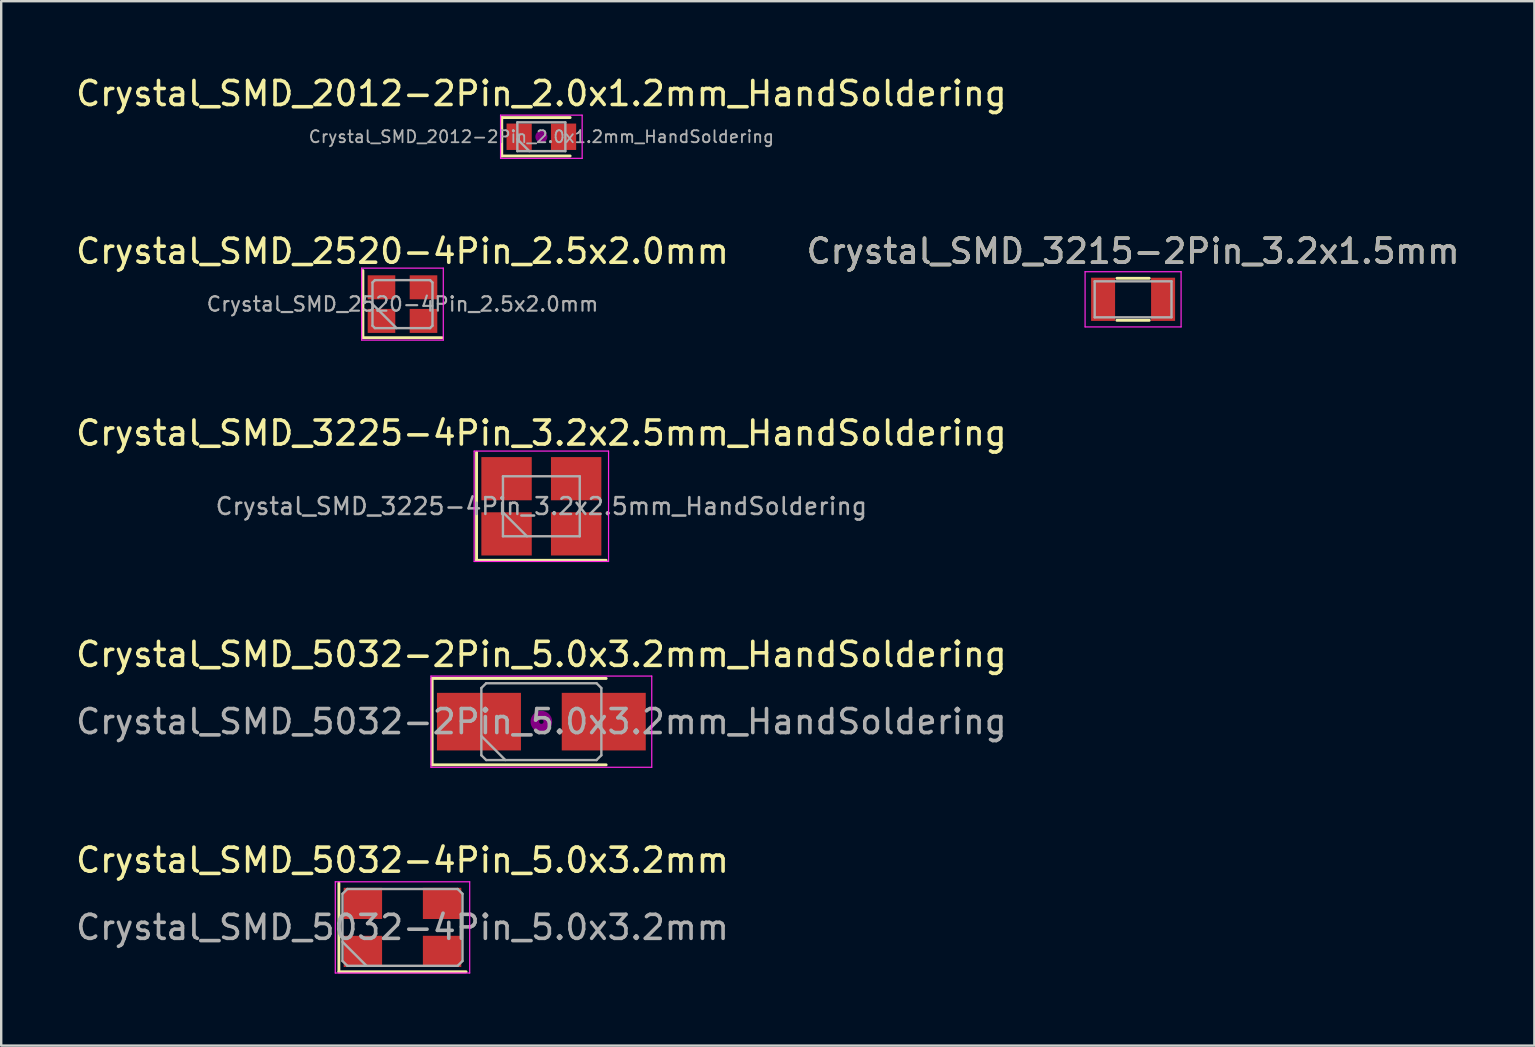
<source format=kicad_pcb>
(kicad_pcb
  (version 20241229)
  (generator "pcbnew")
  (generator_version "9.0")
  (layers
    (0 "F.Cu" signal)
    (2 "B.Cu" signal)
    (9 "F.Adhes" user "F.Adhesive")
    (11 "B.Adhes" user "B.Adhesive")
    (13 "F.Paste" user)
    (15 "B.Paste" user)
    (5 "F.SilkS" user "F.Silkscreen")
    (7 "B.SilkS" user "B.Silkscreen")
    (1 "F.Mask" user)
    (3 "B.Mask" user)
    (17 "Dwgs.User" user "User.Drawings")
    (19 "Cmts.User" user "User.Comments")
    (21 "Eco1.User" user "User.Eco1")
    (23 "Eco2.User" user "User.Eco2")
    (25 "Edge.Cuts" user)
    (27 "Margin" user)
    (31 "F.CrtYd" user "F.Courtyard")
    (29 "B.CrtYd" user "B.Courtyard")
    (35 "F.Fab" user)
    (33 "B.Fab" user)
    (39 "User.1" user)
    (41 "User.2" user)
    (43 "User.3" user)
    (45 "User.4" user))
  (footprint "Crystal_SMD_3225-4Pin_3.2x2.5mm_HandSoldering"
    (layer "F.Cu")
    (at 19.506 18.045)
    (property "Reference" "Crystal_SMD_3225-4Pin_3.2x2.5mm_HandSoldering" (at 0 -3.05 0) (layer "F.SilkS") (effects (font (size 1 1) (thickness 0.15))))
    (attr smd)
    (fp_line (start -2.7 -2.25) (end -2.7 2.25) (stroke (width 0.12) (type solid)) (layer "F.SilkS"))
    (fp_line (start -2.7 2.25) (end 2.7 2.25) (stroke (width 0.12) (type solid)) (layer "F.SilkS"))
    (fp_line (start -2.8 -2.3) (end -2.8 2.3) (stroke (width 0.05) (type solid)) (layer "F.CrtYd"))
    (fp_line (start -2.8 2.3) (end 2.8 2.3) (stroke (width 0.05) (type solid)) (layer "F.CrtYd"))
    (fp_line (start 2.8 -2.3) (end -2.8 -2.3) (stroke (width 0.05) (type solid)) (layer "F.CrtYd"))
    (fp_line (start 2.8 2.3) (end 2.8 -2.3) (stroke (width 0.05) (type solid)) (layer "F.CrtYd"))
    (fp_line (start -1.6 -1.25) (end -1.6 1.25) (stroke (width 0.1) (type solid)) (layer "F.Fab"))
    (fp_line (start -1.6 0.25) (end -0.6 1.25) (stroke (width 0.1) (type solid)) (layer "F.Fab"))
    (fp_line (start -1.6 1.25) (end 1.6 1.25) (stroke (width 0.1) (type solid)) (layer "F.Fab"))
    (fp_line (start 1.6 -1.25) (end -1.6 -1.25) (stroke (width 0.1) (type solid)) (layer "F.Fab"))
    (fp_line (start 1.6 1.25) (end 1.6 -1.25) (stroke (width 0.1) (type solid)) (layer "F.Fab"))
    (fp_text user "${REFERENCE}" (at 0 0 0) (layer "F.Fab") (effects (font (size 0.7 0.7) (thickness 0.105))))
    (pad "1" smd rect (at -1.45 1.15) (size 2.1 1.8) (layers "F.Cu" "F.Mask" "F.Paste"))
    (pad "2" smd rect (at 1.45 1.15) (size 2.1 1.8) (layers "F.Cu" "F.Mask" "F.Paste"))
    (pad "3" smd rect (at 1.45 -1.15) (size 2.1 1.8) (layers "F.Cu" "F.Mask" "F.Paste"))
    (pad "4" smd rect (at -1.45 -1.15) (size 2.1 1.8) (layers "F.Cu" "F.Mask" "F.Paste")))
  (footprint "Crystal_SMD_2520-4Pin_2.5x2.0mm"
    (layer "F.Cu")
    (at 13.72 9.621)
    (property "Reference" "Crystal_SMD_2520-4Pin_2.5x2.0mm" (at 0 -2.2 0) (layer "F.SilkS") (effects (font (size 1 1) (thickness 0.15))))
    (attr smd)
    (fp_line (start -1.65 -1.4) (end -1.65 1.4) (stroke (width 0.12) (type solid)) (layer "F.SilkS"))
    (fp_line (start -1.65 1.4) (end 1.65 1.4) (stroke (width 0.12) (type solid)) (layer "F.SilkS"))
    (fp_line (start -1.7 -1.5) (end -1.7 1.5) (stroke (width 0.05) (type solid)) (layer "F.CrtYd"))
    (fp_line (start -1.7 1.5) (end 1.7 1.5) (stroke (width 0.05) (type solid)) (layer "F.CrtYd"))
    (fp_line (start 1.7 -1.5) (end -1.7 -1.5) (stroke (width 0.05) (type solid)) (layer "F.CrtYd"))
    (fp_line (start 1.7 1.5) (end 1.7 -1.5) (stroke (width 0.05) (type solid)) (layer "F.CrtYd"))
    (fp_line (start -1.25 -0.9) (end -1.15 -1) (stroke (width 0.1) (type solid)) (layer "F.Fab"))
    (fp_line (start -1.25 0) (end -0.25 1) (stroke (width 0.1) (type solid)) (layer "F.Fab"))
    (fp_line (start -1.25 0.9) (end -1.25 -0.9) (stroke (width 0.1) (type solid)) (layer "F.Fab"))
    (fp_line (start -1.15 -1) (end 1.15 -1) (stroke (width 0.1) (type solid)) (layer "F.Fab"))
    (fp_line (start -1.15 1) (end -1.25 0.9) (stroke (width 0.1) (type solid)) (layer "F.Fab"))
    (fp_line (start 1.15 -1) (end 1.25 -0.9) (stroke (width 0.1) (type solid)) (layer "F.Fab"))
    (fp_line (start 1.15 1) (end -1.15 1) (stroke (width 0.1) (type solid)) (layer "F.Fab"))
    (fp_line (start 1.25 -0.9) (end 1.25 0.9) (stroke (width 0.1) (type solid)) (layer "F.Fab"))
    (fp_line (start 1.25 0.9) (end 1.15 1) (stroke (width 0.1) (type solid)) (layer "F.Fab"))
    (fp_text user "${REFERENCE}" (at 0 0 0) (layer "F.Fab") (effects (font (size 0.6 0.6) (thickness 0.09))))
    (pad "1" smd rect (at -0.875 0.7) (size 1.15 1) (layers "F.Cu" "F.Mask" "F.Paste"))
    (pad "2" smd rect (at 0.875 0.7) (size 1.15 1) (layers "F.Cu" "F.Mask" "F.Paste"))
    (pad "3" smd rect (at 0.875 -0.7) (size 1.15 1) (layers "F.Cu" "F.Mask" "F.Paste"))
    (pad "4" smd rect (at -0.875 -0.7) (size 1.15 1) (layers "F.Cu" "F.Mask" "F.Paste")))
  (footprint "Crystal_SMD_3215-2Pin_3.2x1.5mm"
    (layer "F.Cu")
    (at 44.161 9.421)
    (property "Reference" "Crystal_SMD_3215-2Pin_3.2x1.5mm" (at 0 -2 0) (layer "F.SilkS") (effects (font (size 1 1) (thickness 0.15))))
    (attr smd)
    (fp_line (start -0.675 -0.875) (end 0.675 -0.875) (stroke (width 0.12) (type solid)) (layer "F.SilkS"))
    (fp_line (start -0.675 0.875) (end 0.675 0.875) (stroke (width 0.12) (type solid)) (layer "F.SilkS"))
    (fp_line (start -2 -1.15) (end -2 1.15) (stroke (width 0.05) (type solid)) (layer "F.CrtYd"))
    (fp_line (start -2 -1.15) (end 2 -1.15) (stroke (width 0.05) (type solid)) (layer "F.CrtYd"))
    (fp_line (start -2 1.15) (end 2 1.15) (stroke (width 0.05) (type solid)) (layer "F.CrtYd"))
    (fp_line (start 2 -1.15) (end 2 1.15) (stroke (width 0.05) (type solid)) (layer "F.CrtYd"))
    (fp_line (start -1.6 -0.75) (end -1.6 0.75) (stroke (width 0.1) (type solid)) (layer "F.Fab"))
    (fp_line (start -1.6 -0.75) (end 1.6 -0.75) (stroke (width 0.1) (type solid)) (layer "F.Fab"))
    (fp_line (start -1.6 0.75) (end 1.6 0.75) (stroke (width 0.1) (type solid)) (layer "F.Fab"))
    (fp_line (start 1.6 -0.75) (end 1.6 0.75) (stroke (width 0.1) (type solid)) (layer "F.Fab"))
    (fp_text user "${REFERENCE}" (at 0 -2 0) (layer "F.Fab") (effects (font (size 1 1) (thickness 0.15))))
    (pad "1" smd rect (at 1.25 0) (size 1 1.8) (layers "F.Cu" "F.Mask" "F.Paste"))
    (pad "2" smd rect (at -1.25 0) (size 1 1.8) (layers "F.Cu" "F.Mask" "F.Paste")))
  (footprint "Crystal_SMD_2012-2Pin_2.0x1.2mm_HandSoldering"
    (layer "F.Cu")
    (at 19.506 2.648)
    (property "Reference" "Crystal_SMD_2012-2Pin_2.0x1.2mm_HandSoldering" (at 0 -1.8 0) (layer "F.SilkS") (effects (font (size 1 1) (thickness 0.15))))
    (attr smd)
    (fp_line (start -1.65 -0.8) (end -1.65 0.8) (stroke (width 0.12) (type solid)) (layer "F.SilkS"))
    (fp_line (start -1.65 0.8) (end 1.2 0.8) (stroke (width 0.12) (type solid)) (layer "F.SilkS"))
    (fp_line (start 1.2 -0.8) (end -1.65 -0.8) (stroke (width 0.12) (type solid)) (layer "F.SilkS"))
    (fp_circle (center 0 0) (end 0.047 0) (stroke (width 0.093) (type solid)) (fill no) (layer "F.Adhes"))
    (fp_circle (center 0 0) (end 0.107 0) (stroke (width 0.067) (type solid)) (fill no) (layer "F.Adhes"))
    (fp_circle (center 0 0) (end 0.167 0) (stroke (width 0.067) (type solid)) (fill no) (layer "F.Adhes"))
    (fp_circle (center 0 0) (end 0.2 0) (stroke (width 0.1) (type solid)) (fill no) (layer "F.Adhes"))
    (fp_line (start -1.7 -0.9) (end -1.7 0.9) (stroke (width 0.05) (type solid)) (layer "F.CrtYd"))
    (fp_line (start -1.7 0.9) (end 1.7 0.9) (stroke (width 0.05) (type solid)) (layer "F.CrtYd"))
    (fp_line (start 1.7 -0.9) (end -1.7 -0.9) (stroke (width 0.05) (type solid)) (layer "F.CrtYd"))
    (fp_line (start 1.7 0.9) (end 1.7 -0.9) (stroke (width 0.05) (type solid)) (layer "F.CrtYd"))
    (fp_line (start -1 -0.6) (end -1 0.6) (stroke (width 0.1) (type solid)) (layer "F.Fab"))
    (fp_line (start -1 0.1) (end -0.5 0.6) (stroke (width 0.1) (type solid)) (layer "F.Fab"))
    (fp_line (start -1 0.6) (end 1 0.6) (stroke (width 0.1) (type solid)) (layer "F.Fab"))
    (fp_line (start 1 -0.6) (end -1 -0.6) (stroke (width 0.1) (type solid)) (layer "F.Fab"))
    (fp_line (start 1 0.6) (end 1 -0.6) (stroke (width 0.1) (type solid)) (layer "F.Fab"))
    (fp_text user "${REFERENCE}" (at 0 0 0) (layer "F.Fab") (effects (font (size 0.5 0.5) (thickness 0.075))))
    (pad "1" smd rect (at -0.925 0) (size 1.05 1.1) (layers "F.Cu" "F.Mask" "F.Paste"))
    (pad "2" smd rect (at 0.925 0) (size 1.05 1.1) (layers "F.Cu" "F.Mask" "F.Paste")))
  (footprint "Crystal_SMD_5032-4Pin_5.0x3.2mm"
    (layer "F.Cu")
    (at 13.72 35.591)
    (property "Reference" "Crystal_SMD_5032-4Pin_5.0x3.2mm" (at 0 -2.8 0) (layer "F.SilkS") (effects (font (size 1 1) (thickness 0.15))))
    (attr smd)
    (fp_line (start -2.65 -1.85) (end -2.65 1.85) (stroke (width 0.12) (type solid)) (layer "F.SilkS"))
    (fp_line (start -2.65 1.85) (end 2.65 1.85) (stroke (width 0.12) (type solid)) (layer "F.SilkS"))
    (fp_line (start -2.8 -1.9) (end -2.8 1.9) (stroke (width 0.05) (type solid)) (layer "F.CrtYd"))
    (fp_line (start -2.8 1.9) (end 2.8 1.9) (stroke (width 0.05) (type solid)) (layer "F.CrtYd"))
    (fp_line (start 2.8 -1.9) (end -2.8 -1.9) (stroke (width 0.05) (type solid)) (layer "F.CrtYd"))
    (fp_line (start 2.8 1.9) (end 2.8 -1.9) (stroke (width 0.05) (type solid)) (layer "F.CrtYd"))
    (fp_line (start -2.5 -1.4) (end -2.3 -1.6) (stroke (width 0.1) (type solid)) (layer "F.Fab"))
    (fp_line (start -2.5 0.6) (end -1.5 1.6) (stroke (width 0.1) (type solid)) (layer "F.Fab"))
    (fp_line (start -2.5 1.4) (end -2.5 -1.4) (stroke (width 0.1) (type solid)) (layer "F.Fab"))
    (fp_line (start -2.3 -1.6) (end 2.3 -1.6) (stroke (width 0.1) (type solid)) (layer "F.Fab"))
    (fp_line (start -2.3 1.6) (end -2.5 1.4) (stroke (width 0.1) (type solid)) (layer "F.Fab"))
    (fp_line (start 2.3 -1.6) (end 2.5 -1.4) (stroke (width 0.1) (type solid)) (layer "F.Fab"))
    (fp_line (start 2.3 1.6) (end -2.3 1.6) (stroke (width 0.1) (type solid)) (layer "F.Fab"))
    (fp_line (start 2.5 -1.4) (end 2.5 1.4) (stroke (width 0.1) (type solid)) (layer "F.Fab"))
    (fp_line (start 2.5 1.4) (end 2.3 1.6) (stroke (width 0.1) (type solid)) (layer "F.Fab"))
    (fp_text user "${REFERENCE}" (at 0 0 0) (layer "F.Fab") (effects (font (size 1 1) (thickness 0.15))))
    (pad "1" smd rect (at -1.65 1) (size 1.6 1.3) (layers "F.Cu" "F.Mask" "F.Paste"))
    (pad "2" smd rect (at 1.65 1) (size 1.6 1.3) (layers "F.Cu" "F.Mask" "F.Paste"))
    (pad "3" smd rect (at 1.65 -1) (size 1.6 1.3) (layers "F.Cu" "F.Mask" "F.Paste"))
    (pad "4" smd rect (at -1.65 -1) (size 1.6 1.3) (layers "F.Cu" "F.Mask" "F.Paste")))
  (footprint "Crystal_SMD_5032-2Pin_5.0x3.2mm_HandSoldering"
    (layer "F.Cu")
    (at 19.506 27.018)
    (property "Reference" "Crystal_SMD_5032-2Pin_5.0x3.2mm_HandSoldering" (at 0 -2.8 0) (layer "F.SilkS") (effects (font (size 1 1) (thickness 0.15))))
    (attr smd)
    (fp_line (start -4.55 -1.8) (end -4.55 1.8) (stroke (width 0.12) (type solid)) (layer "F.SilkS"))
    (fp_line (start -4.55 1.8) (end 2.7 1.8) (stroke (width 0.12) (type solid)) (layer "F.SilkS"))
    (fp_line (start 2.7 -1.8) (end -4.55 -1.8) (stroke (width 0.12) (type solid)) (layer "F.SilkS"))
    (fp_circle (center 0 0) (end 0.093 0) (stroke (width 0.187) (type solid)) (fill no) (layer "F.Adhes"))
    (fp_circle (center 0 0) (end 0.213 0) (stroke (width 0.133) (type solid)) (fill no) (layer "F.Adhes"))
    (fp_circle (center 0 0) (end 0.333 0) (stroke (width 0.133) (type solid)) (fill no) (layer "F.Adhes"))
    (fp_circle (center 0 0) (end 0.4 0) (stroke (width 0.1) (type solid)) (fill no) (layer "F.Adhes"))
    (fp_line (start -4.6 -1.9) (end -4.6 1.9) (stroke (width 0.05) (type solid)) (layer "F.CrtYd"))
    (fp_line (start -4.6 1.9) (end 4.6 1.9) (stroke (width 0.05) (type solid)) (layer "F.CrtYd"))
    (fp_line (start 4.6 -1.9) (end -4.6 -1.9) (stroke (width 0.05) (type solid)) (layer "F.CrtYd"))
    (fp_line (start 4.6 1.9) (end 4.6 -1.9) (stroke (width 0.05) (type solid)) (layer "F.CrtYd"))
    (fp_line (start -2.5 -1.4) (end -2.3 -1.6) (stroke (width 0.1) (type solid)) (layer "F.Fab"))
    (fp_line (start -2.5 0.6) (end -1.5 1.6) (stroke (width 0.1) (type solid)) (layer "F.Fab"))
    (fp_line (start -2.5 1.4) (end -2.5 -1.4) (stroke (width 0.1) (type solid)) (layer "F.Fab"))
    (fp_line (start -2.3 -1.6) (end 2.3 -1.6) (stroke (width 0.1) (type solid)) (layer "F.Fab"))
    (fp_line (start -2.3 1.6) (end -2.5 1.4) (stroke (width 0.1) (type solid)) (layer "F.Fab"))
    (fp_line (start 2.3 -1.6) (end 2.5 -1.4) (stroke (width 0.1) (type solid)) (layer "F.Fab"))
    (fp_line (start 2.3 1.6) (end -2.3 1.6) (stroke (width 0.1) (type solid)) (layer "F.Fab"))
    (fp_line (start 2.5 -1.4) (end 2.5 1.4) (stroke (width 0.1) (type solid)) (layer "F.Fab"))
    (fp_line (start 2.5 1.4) (end 2.3 1.6) (stroke (width 0.1) (type solid)) (layer "F.Fab"))
    (fp_text user "${REFERENCE}" (at 0 0 0) (layer "F.Fab") (effects (font (size 1 1) (thickness 0.15))))
    (pad "1" smd rect (at -2.6 0) (size 3.5 2.4) (layers "F.Cu" "F.Mask" "F.Paste"))
    (pad "2" smd rect (at 2.6 0) (size 3.5 2.4) (layers "F.Cu" "F.Mask" "F.Paste")))
  (gr_rect
    (start -3 -3)
    (end 60.881 40.516)
    (stroke (width 0.1) (type default))
    (fill no)
    (layer "Edge.Cuts")))
</source>
